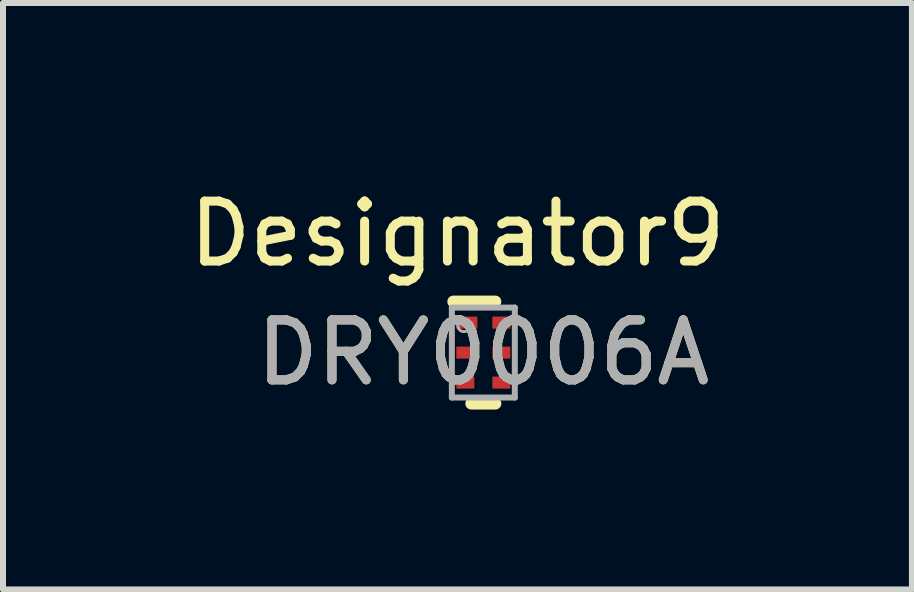
<source format=kicad_pcb>
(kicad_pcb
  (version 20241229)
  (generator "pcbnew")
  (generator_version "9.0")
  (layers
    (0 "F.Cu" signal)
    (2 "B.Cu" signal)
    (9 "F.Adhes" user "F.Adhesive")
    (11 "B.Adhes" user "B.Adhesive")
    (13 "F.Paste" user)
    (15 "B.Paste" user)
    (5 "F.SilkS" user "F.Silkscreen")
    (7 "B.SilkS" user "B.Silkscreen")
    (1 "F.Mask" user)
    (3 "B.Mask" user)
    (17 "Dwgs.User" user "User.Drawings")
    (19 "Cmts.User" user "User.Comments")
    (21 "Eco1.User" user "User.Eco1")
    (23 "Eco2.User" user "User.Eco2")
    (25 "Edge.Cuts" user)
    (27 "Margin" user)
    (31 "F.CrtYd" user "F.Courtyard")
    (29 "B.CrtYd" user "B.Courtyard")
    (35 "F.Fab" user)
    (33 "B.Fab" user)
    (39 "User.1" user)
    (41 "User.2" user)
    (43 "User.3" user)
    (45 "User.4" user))
  (footprint "DRY0006A"
    (layer "F.Cu")
    (at 5.009 2.829)
    (property "Reference" "DRY0006A" (at 0 0 0) (unlocked yes) (layer "F.SilkS") (effects (font (size 1 1) (thickness 0.15))))
    (attr smd)
    (fp_line (start -0.5 -0.85) (end 0.2 -0.85) (stroke (width 0.2) (type solid)) (layer "F.SilkS"))
    (fp_line (start -0.2 0.85) (end 0.2 0.85) (stroke (width 0.2) (type solid)) (layer "F.SilkS"))
    (fp_line (start -0.525 -0.75) (end 0.525 -0.75) (stroke (width 0.1) (type solid)) (layer "F.Fab"))
    (fp_line (start -0.525 0.75) (end -0.525 -0.75) (stroke (width 0.1) (type solid)) (layer "F.Fab"))
    (fp_line (start -0.525 0.75) (end 0.525 0.75) (stroke (width 0.1) (type solid)) (layer "F.Fab"))
    (fp_line (start 0.525 0.75) (end 0.525 -0.75) (stroke (width 0.1) (type solid)) (layer "F.Fab"))
    (fp_circle (center -0.325 -0.45) (end -0.225 -0.45) (stroke (width 0.05) (type solid)) (fill no) (layer "F.Fab"))
    (fp_text user "Designator9" (at -0.432 -1.981 0) (unlocked yes) (layer "F.SilkS") (effects (font (size 1 1) (thickness 0.15))))
    (fp_text user "${REFERENCE}" (at 0 0 0) (unlocked yes) (layer "F.Fab") (effects (font (size 1 1) (thickness 0.15))))
    (pad "1" smd rect (at -0.275 -0.5 90) (size 0.2 0.35) (layers "F.Cu" "F.Mask" "F.Paste"))
    (pad "2" smd rect (at -0.3 -0.000003 90) (size 0.2 0.3) (layers "F.Cu" "F.Mask" "F.Paste"))
    (pad "3" smd rect (at -0.3 0.5 90) (size 0.2 0.3) (layers "F.Cu" "F.Mask" "F.Paste"))
    (pad "4" smd rect (at 0.3 0.5 90) (size 0.2 0.3) (layers "F.Cu" "F.Mask" "F.Paste"))
    (pad "5" smd rect (at 0.3 -0.000003 90) (size 0.2 0.3) (layers "F.Cu" "F.Mask" "F.Paste"))
    (pad "6" smd rect (at 0.3 -0.5 90) (size 0.2 0.3) (layers "F.Cu" "F.Mask" "F.Paste")))
  (gr_rect
    (start -3 -3)
    (end 12.155 6.779)
    (stroke (width 0.1) (type default))
    (fill no)
    (layer "Edge.Cuts")))
</source>
